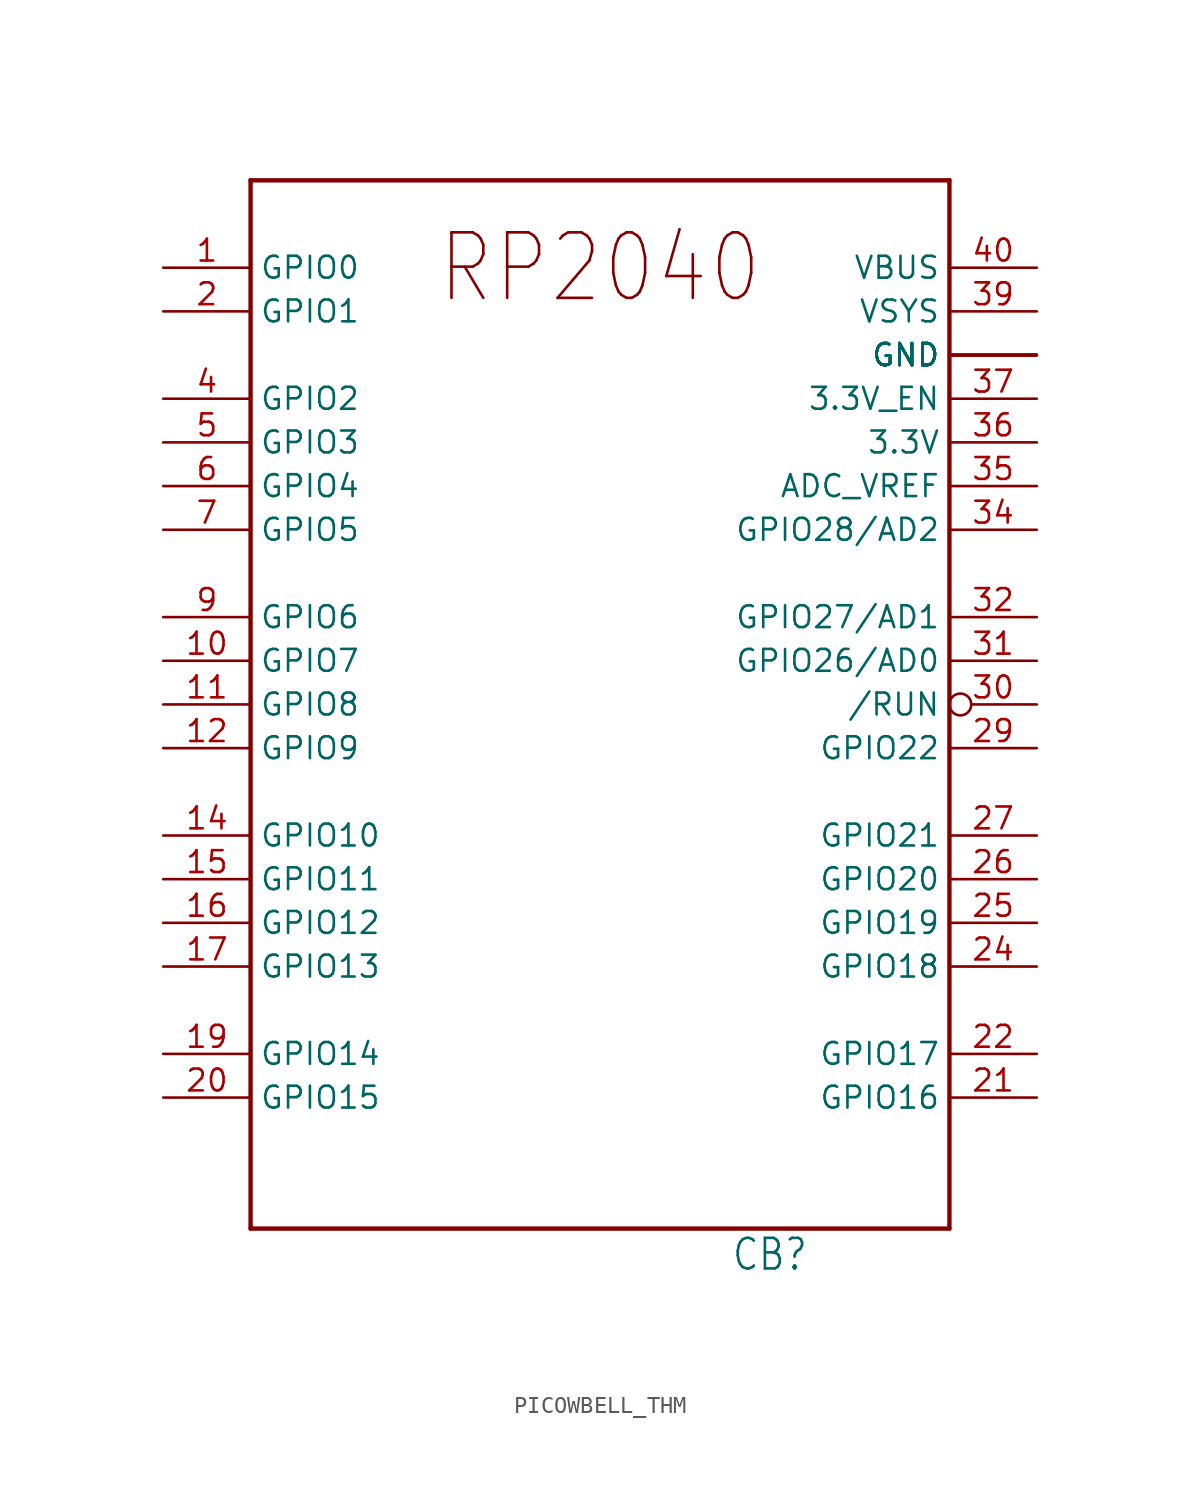
<source format=kicad_sym>
(kicad_symbol_lib
  (version 20231120)
  (generator "kicad_symbol_editor")
  (generator_version "8.0")
  (symbol "PICOWBELL_THM"
    (property "Reference" "CB"
      (at 7.62 -33.02 0)
      (effects (font (size 1.778 1.511)) (justify left bottom)))
    (property "Value" ""
      (at -17.78 -33.02 0)
      (effects (font (size 1.778 1.511)) (justify left bottom)))
    (property "ki_locked" ""
      (at 0 0 0)
      (effects (font (size 1.27 1.27))))
    (symbol "PICOWBELL_THM_1_0"
      (polyline (pts (xy -20.32 -30.48) (xy -20.32 30.48)) (stroke (width 0.254) (type solid)) (fill (type none)))
      (polyline (pts (xy -20.32 30.48) (xy 20.32 30.48)) (stroke (width 0.254) (type solid)) (fill (type none)))
      (polyline (pts (xy 20.32 -30.48) (xy -20.32 -30.48)) (stroke (width 0.254) (type solid)) (fill (type none)))
      (polyline (pts (xy 20.32 30.48) (xy 20.32 -30.48)) (stroke (width 0.254) (type solid)) (fill (type none)))
      (text "RP2040" (at 0 25.4 0) (effects (font (size 3.81 3.239))))
      (pin bidirectional line (at -25.4 25.4 0) (length 5.08) (name "GPIO0" (effects (font (size 1.27 1.27)))) (number "1" (effects (font (size 1.27 1.27)))))
      (pin bidirectional line (at -25.4 2.54 0) (length 5.08) (name "GPIO7" (effects (font (size 1.27 1.27)))) (number "10" (effects (font (size 1.27 1.27)))))
      (pin bidirectional line (at -25.4 0 0) (length 5.08) (name "GPIO8" (effects (font (size 1.27 1.27)))) (number "11" (effects (font (size 1.27 1.27)))))
      (pin bidirectional line (at -25.4 -2.54 0) (length 5.08) (name "GPIO9" (effects (font (size 1.27 1.27)))) (number "12" (effects (font (size 1.27 1.27)))))
      (pin power_in line (at 25.4 20.32 180) (length 5.08) (name "GND" (effects (font (size 1.27 1.27)))) (number "13" (effects (font (size 0 0)))))
      (pin bidirectional line (at -25.4 -7.62 0) (length 5.08) (name "GPIO10" (effects (font (size 1.27 1.27)))) (number "14" (effects (font (size 1.27 1.27)))))
      (pin bidirectional line (at -25.4 -10.16 0) (length 5.08) (name "GPIO11" (effects (font (size 1.27 1.27)))) (number "15" (effects (font (size 1.27 1.27)))))
      (pin bidirectional line (at -25.4 -12.7 0) (length 5.08) (name "GPIO12" (effects (font (size 1.27 1.27)))) (number "16" (effects (font (size 1.27 1.27)))))
      (pin bidirectional line (at -25.4 -15.24 0) (length 5.08) (name "GPIO13" (effects (font (size 1.27 1.27)))) (number "17" (effects (font (size 1.27 1.27)))))
      (pin power_in line (at 25.4 20.32 180) (length 5.08) (name "GND" (effects (font (size 1.27 1.27)))) (number "18" (effects (font (size 0 0)))))
      (pin bidirectional line (at -25.4 -20.32 0) (length 5.08) (name "GPIO14" (effects (font (size 1.27 1.27)))) (number "19" (effects (font (size 1.27 1.27)))))
      (pin bidirectional line (at -25.4 22.86 0) (length 5.08) (name "GPIO1" (effects (font (size 1.27 1.27)))) (number "2" (effects (font (size 1.27 1.27)))))
      (pin bidirectional line (at -25.4 -22.86 0) (length 5.08) (name "GPIO15" (effects (font (size 1.27 1.27)))) (number "20" (effects (font (size 1.27 1.27)))))
      (pin bidirectional line (at 25.4 -22.86 180) (length 5.08) (name "GPIO16" (effects (font (size 1.27 1.27)))) (number "21" (effects (font (size 1.27 1.27)))))
      (pin bidirectional line (at 25.4 -20.32 180) (length 5.08) (name "GPIO17" (effects (font (size 1.27 1.27)))) (number "22" (effects (font (size 1.27 1.27)))))
      (pin power_in line (at 25.4 20.32 180) (length 5.08) (name "GND" (effects (font (size 1.27 1.27)))) (number "23" (effects (font (size 0 0)))))
      (pin bidirectional line (at 25.4 -15.24 180) (length 5.08) (name "GPIO18" (effects (font (size 1.27 1.27)))) (number "24" (effects (font (size 1.27 1.27)))))
      (pin bidirectional line (at 25.4 -12.7 180) (length 5.08) (name "GPIO19" (effects (font (size 1.27 1.27)))) (number "25" (effects (font (size 1.27 1.27)))))
      (pin bidirectional line (at 25.4 -10.16 180) (length 5.08) (name "GPIO20" (effects (font (size 1.27 1.27)))) (number "26" (effects (font (size 1.27 1.27)))))
      (pin bidirectional line (at 25.4 -7.62 180) (length 5.08) (name "GPIO21" (effects (font (size 1.27 1.27)))) (number "27" (effects (font (size 1.27 1.27)))))
      (pin power_in line (at 25.4 20.32 180) (length 5.08) (name "GND" (effects (font (size 1.27 1.27)))) (number "28" (effects (font (size 0 0)))))
      (pin bidirectional line (at 25.4 -2.54 180) (length 5.08) (name "GPIO22" (effects (font (size 1.27 1.27)))) (number "29" (effects (font (size 1.27 1.27)))))
      (pin power_in line (at 25.4 20.32 180) (length 5.08) (name "GND" (effects (font (size 1.27 1.27)))) (number "3" (effects (font (size 0 0)))))
      (pin bidirectional inverted (at 25.4 0 180) (length 5.08) (name "/RUN" (effects (font (size 1.27 1.27)))) (number "30" (effects (font (size 1.27 1.27)))))
      (pin bidirectional line (at 25.4 2.54 180) (length 5.08) (name "GPIO26/AD0" (effects (font (size 1.27 1.27)))) (number "31" (effects (font (size 1.27 1.27)))))
      (pin bidirectional line (at 25.4 5.08 180) (length 5.08) (name "GPIO27/AD1" (effects (font (size 1.27 1.27)))) (number "32" (effects (font (size 1.27 1.27)))))
      (pin power_in line (at 25.4 20.32 180) (length 5.08) (name "GND" (effects (font (size 1.27 1.27)))) (number "33" (effects (font (size 0 0)))))
      (pin bidirectional line (at 25.4 10.16 180) (length 5.08) (name "GPIO28/AD2" (effects (font (size 1.27 1.27)))) (number "34" (effects (font (size 1.27 1.27)))))
      (pin passive line (at 25.4 12.7 180) (length 5.08) (name "ADC_VREF" (effects (font (size 1.27 1.27)))) (number "35" (effects (font (size 1.27 1.27)))))
      (pin power_in line (at 25.4 15.24 180) (length 5.08) (name "3.3V" (effects (font (size 1.27 1.27)))) (number "36" (effects (font (size 1.27 1.27)))))
      (pin passive line (at 25.4 17.78 180) (length 5.08) (name "3.3V_EN" (effects (font (size 1.27 1.27)))) (number "37" (effects (font (size 1.27 1.27)))))
      (pin power_in line (at 25.4 20.32 180) (length 5.08) (name "GND" (effects (font (size 1.27 1.27)))) (number "38" (effects (font (size 0 0)))))
      (pin power_in line (at 25.4 22.86 180) (length 5.08) (name "VSYS" (effects (font (size 1.27 1.27)))) (number "39" (effects (font (size 1.27 1.27)))))
      (pin bidirectional line (at -25.4 17.78 0) (length 5.08) (name "GPIO2" (effects (font (size 1.27 1.27)))) (number "4" (effects (font (size 1.27 1.27)))))
      (pin power_in line (at 25.4 25.4 180) (length 5.08) (name "VBUS" (effects (font (size 1.27 1.27)))) (number "40" (effects (font (size 1.27 1.27)))))
      (pin bidirectional line (at -25.4 15.24 0) (length 5.08) (name "GPIO3" (effects (font (size 1.27 1.27)))) (number "5" (effects (font (size 1.27 1.27)))))
      (pin bidirectional line (at -25.4 12.7 0) (length 5.08) (name "GPIO4" (effects (font (size 1.27 1.27)))) (number "6" (effects (font (size 1.27 1.27)))))
      (pin bidirectional line (at -25.4 10.16 0) (length 5.08) (name "GPIO5" (effects (font (size 1.27 1.27)))) (number "7" (effects (font (size 1.27 1.27)))))
      (pin power_in line (at 25.4 20.32 180) (length 5.08) (name "GND" (effects (font (size 1.27 1.27)))) (number "8" (effects (font (size 0 0)))))
      (pin bidirectional line (at -25.4 5.08 0) (length 5.08) (name "GPIO6" (effects (font (size 1.27 1.27)))) (number "9" (effects (font (size 1.27 1.27))))))))
</source>
